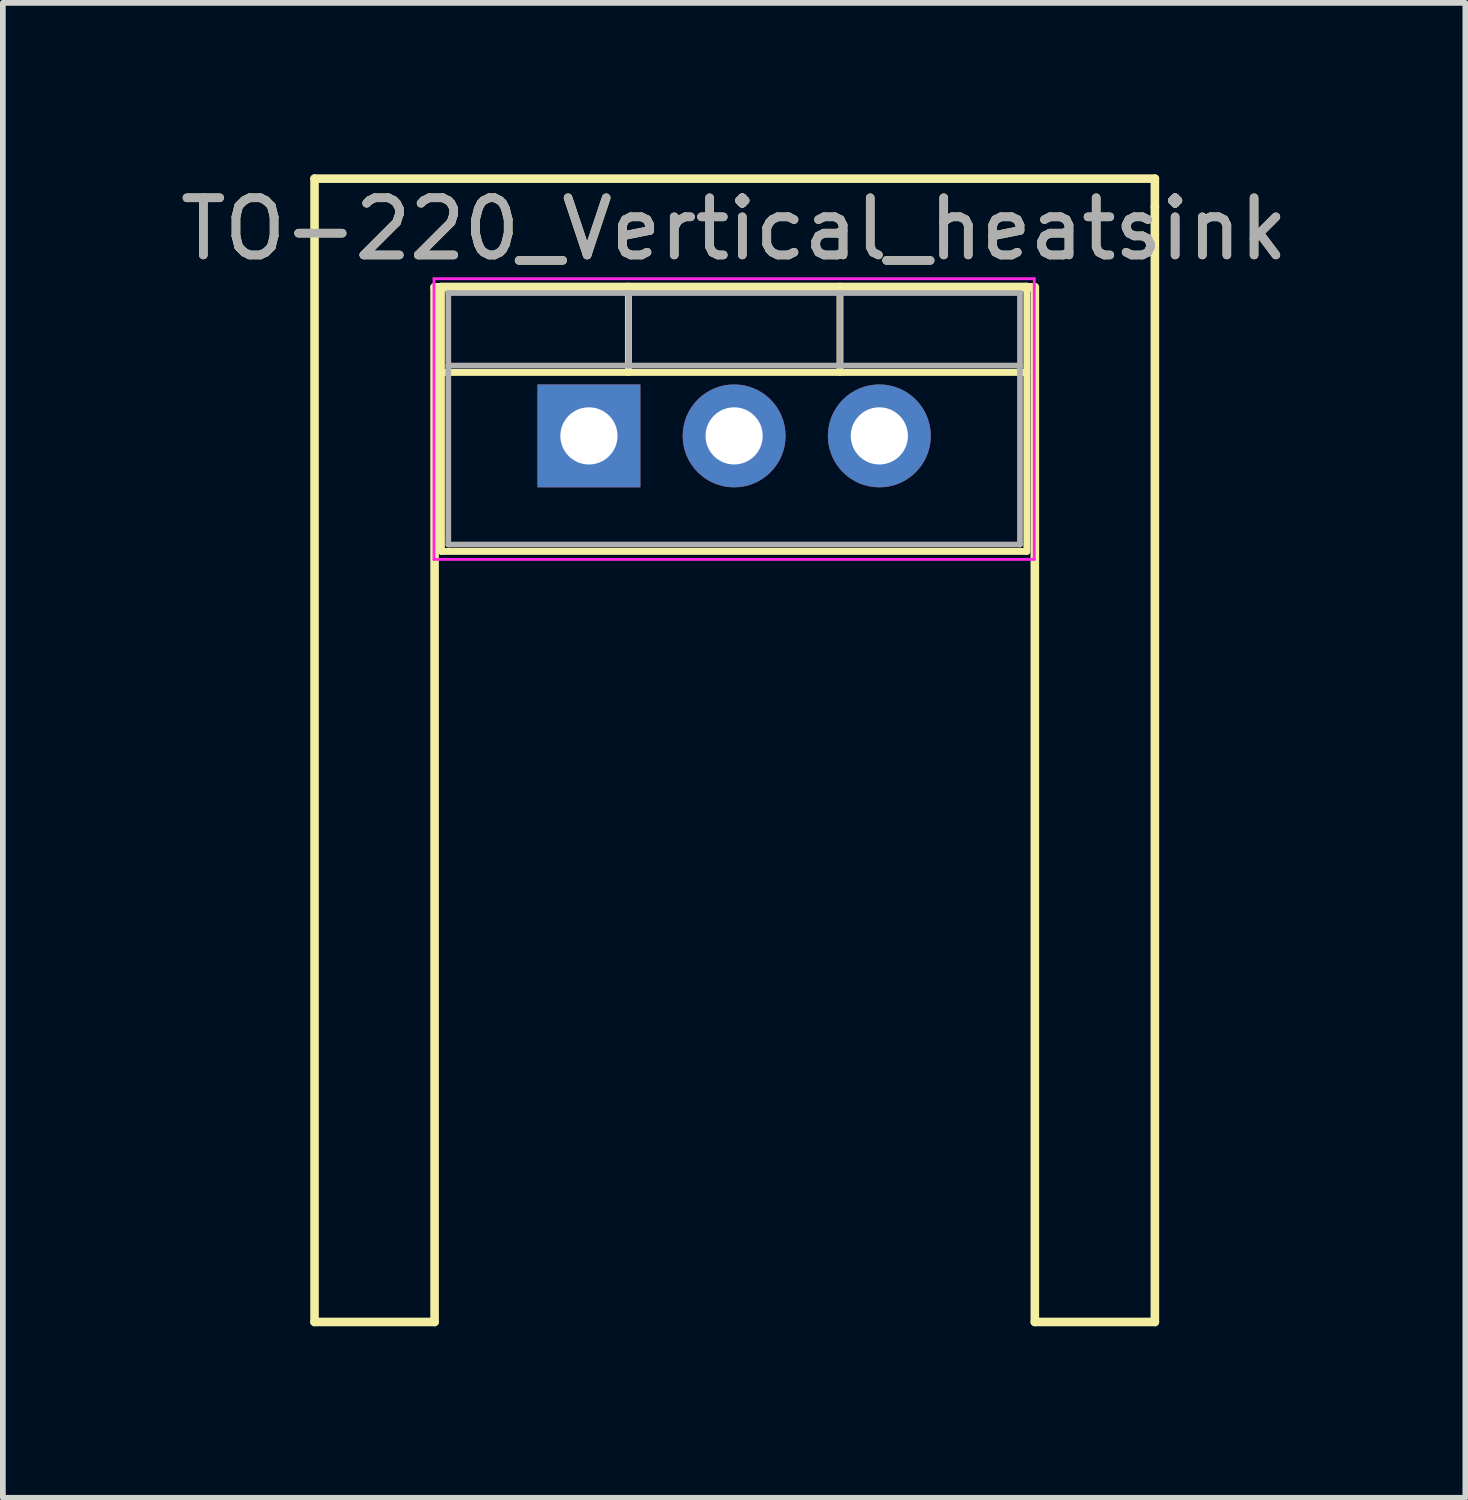
<source format=kicad_pcb>
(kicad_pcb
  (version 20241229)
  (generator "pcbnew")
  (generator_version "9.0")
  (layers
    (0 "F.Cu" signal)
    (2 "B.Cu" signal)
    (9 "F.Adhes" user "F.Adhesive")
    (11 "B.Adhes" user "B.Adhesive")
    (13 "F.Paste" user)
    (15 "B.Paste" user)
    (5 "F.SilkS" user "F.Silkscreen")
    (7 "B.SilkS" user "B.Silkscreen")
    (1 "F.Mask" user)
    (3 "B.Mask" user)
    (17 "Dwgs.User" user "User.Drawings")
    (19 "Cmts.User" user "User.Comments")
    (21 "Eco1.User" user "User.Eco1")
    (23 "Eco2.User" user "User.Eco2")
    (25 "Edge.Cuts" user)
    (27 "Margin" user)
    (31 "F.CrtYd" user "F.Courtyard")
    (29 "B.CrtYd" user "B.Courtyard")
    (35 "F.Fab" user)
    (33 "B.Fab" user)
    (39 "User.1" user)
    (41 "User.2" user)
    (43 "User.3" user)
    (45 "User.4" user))
  (footprint "TO-220_Vertical_heatsink"
    (layer "F.Cu")
    (at 7.252 4.575)
    (property "Reference" "TO-220_Vertical_heatsink" (at 2.54 -3.62 0) (layer "F.SilkS") (effects (font (size 1 1) (thickness 0.15))))
    (attr through_hole)
    (fp_line (start -4.8 -4.5) (end -4.8 15.5) (stroke (width 0.15) (type solid)) (layer "F.SilkS"))
    (fp_line (start -4.8 -4.5) (end 9.9 -4.5) (stroke (width 0.15) (type solid)) (layer "F.SilkS"))
    (fp_line (start -2.7 -2.6) (end -2.7 15.5) (stroke (width 0.15) (type solid)) (layer "F.SilkS"))
    (fp_line (start -2.7 -2.6) (end 7.8 -2.6) (stroke (width 0.15) (type solid)) (layer "F.SilkS"))
    (fp_line (start -2.7 15.5) (end -4.8 15.5) (stroke (width 0.15) (type solid)) (layer "F.SilkS"))
    (fp_line (start -2.58 -2.62) (end -2.58 2.021) (stroke (width 0.12) (type solid)) (layer "F.SilkS"))
    (fp_line (start -2.58 -2.62) (end 7.66 -2.62) (stroke (width 0.12) (type solid)) (layer "F.SilkS"))
    (fp_line (start -2.58 -1.11) (end 7.66 -1.11) (stroke (width 0.12) (type solid)) (layer "F.SilkS"))
    (fp_line (start -2.58 2.021) (end 7.66 2.021) (stroke (width 0.12) (type solid)) (layer "F.SilkS"))
    (fp_line (start 0.69 -2.62) (end 0.69 -1.11) (stroke (width 0.12) (type solid)) (layer "F.SilkS"))
    (fp_line (start 4.391 -2.62) (end 4.391 -1.11) (stroke (width 0.12) (type solid)) (layer "F.SilkS"))
    (fp_line (start 7.66 -2.62) (end 7.66 2.021) (stroke (width 0.12) (type solid)) (layer "F.SilkS"))
    (fp_line (start 7.8 -2.6) (end 7.8 15.5) (stroke (width 0.15) (type solid)) (layer "F.SilkS"))
    (fp_line (start 7.8 15.5) (end 9.9 15.5) (stroke (width 0.15) (type solid)) (layer "F.SilkS"))
    (fp_line (start 9.9 -4) (end 9.9 -4.5) (stroke (width 0.15) (type solid)) (layer "F.SilkS"))
    (fp_line (start 9.9 -4) (end 9.9 15.5) (stroke (width 0.15) (type solid)) (layer "F.SilkS"))
    (fp_line (start -2.71 -2.75) (end -2.71 2.16) (stroke (width 0.05) (type solid)) (layer "F.CrtYd"))
    (fp_line (start -2.71 2.16) (end 7.79 2.16) (stroke (width 0.05) (type solid)) (layer "F.CrtYd"))
    (fp_line (start 7.79 -2.75) (end -2.71 -2.75) (stroke (width 0.05) (type solid)) (layer "F.CrtYd"))
    (fp_line (start 7.79 2.16) (end 7.79 -2.75) (stroke (width 0.05) (type solid)) (layer "F.CrtYd"))
    (fp_line (start -2.46 -2.5) (end -2.46 1.9) (stroke (width 0.1) (type solid)) (layer "F.Fab"))
    (fp_line (start -2.46 -1.23) (end 7.54 -1.23) (stroke (width 0.1) (type solid)) (layer "F.Fab"))
    (fp_line (start -2.46 1.9) (end 7.54 1.9) (stroke (width 0.1) (type solid)) (layer "F.Fab"))
    (fp_line (start 0.69 -2.5) (end 0.69 -1.23) (stroke (width 0.1) (type solid)) (layer "F.Fab"))
    (fp_line (start 4.39 -2.5) (end 4.39 -1.23) (stroke (width 0.1) (type solid)) (layer "F.Fab"))
    (fp_line (start 7.54 -2.5) (end -2.46 -2.5) (stroke (width 0.1) (type solid)) (layer "F.Fab"))
    (fp_line (start 7.54 1.9) (end 7.54 -2.5) (stroke (width 0.1) (type solid)) (layer "F.Fab"))
    (fp_text user "${REFERENCE}" (at 2.54 -3.62 0) (layer "F.Fab") (effects (font (size 1 1) (thickness 0.15))))
    (pad "1" thru_hole rect (at 0 0) (size 1.8 1.8) (drill 1) (layers "*.Cu" "*.Mask"))
    (pad "2" thru_hole oval (at 2.54 0) (size 1.8 1.8) (drill 1) (layers "*.Cu" "*.Mask"))
    (pad "3" thru_hole oval (at 5.08 0) (size 1.8 1.8) (drill 1) (layers "*.Cu" "*.Mask")))
  (gr_rect
    (start -3 -3)
    (end 22.583 23.15)
    (stroke (width 0.1) (type default))
    (fill no)
    (layer "Edge.Cuts")))
</source>
